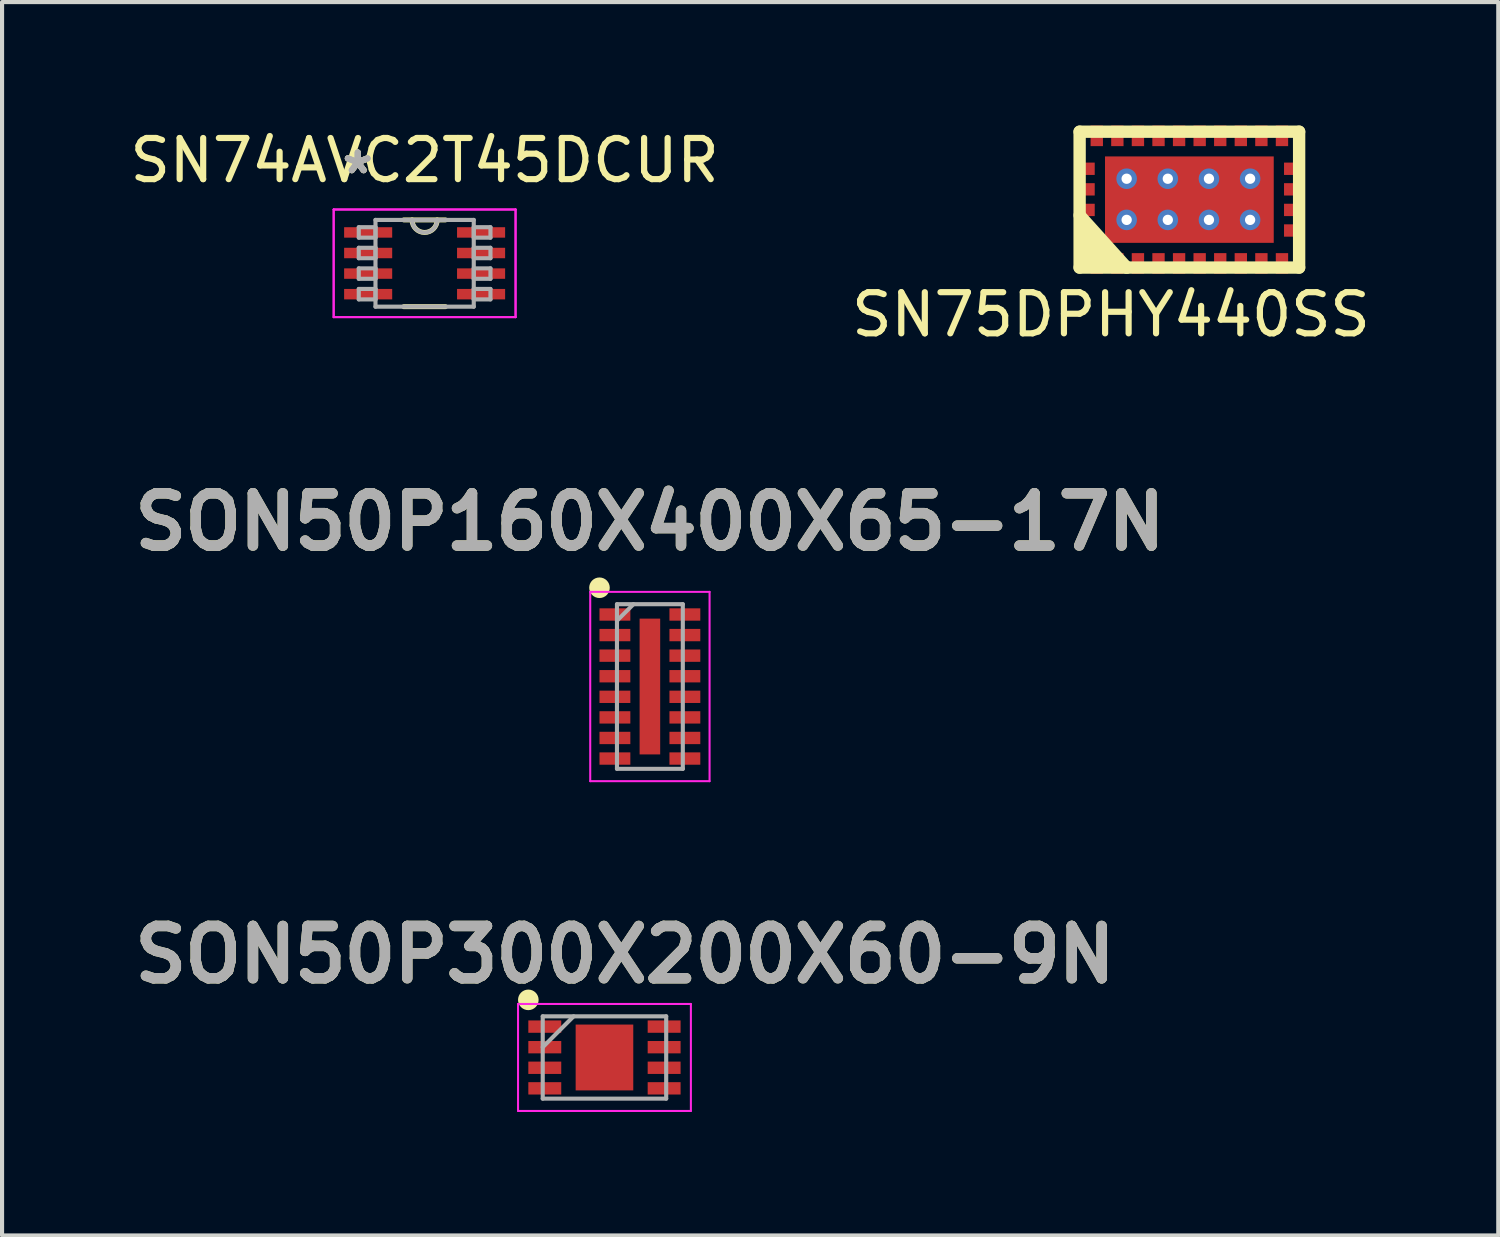
<source format=kicad_pcb>
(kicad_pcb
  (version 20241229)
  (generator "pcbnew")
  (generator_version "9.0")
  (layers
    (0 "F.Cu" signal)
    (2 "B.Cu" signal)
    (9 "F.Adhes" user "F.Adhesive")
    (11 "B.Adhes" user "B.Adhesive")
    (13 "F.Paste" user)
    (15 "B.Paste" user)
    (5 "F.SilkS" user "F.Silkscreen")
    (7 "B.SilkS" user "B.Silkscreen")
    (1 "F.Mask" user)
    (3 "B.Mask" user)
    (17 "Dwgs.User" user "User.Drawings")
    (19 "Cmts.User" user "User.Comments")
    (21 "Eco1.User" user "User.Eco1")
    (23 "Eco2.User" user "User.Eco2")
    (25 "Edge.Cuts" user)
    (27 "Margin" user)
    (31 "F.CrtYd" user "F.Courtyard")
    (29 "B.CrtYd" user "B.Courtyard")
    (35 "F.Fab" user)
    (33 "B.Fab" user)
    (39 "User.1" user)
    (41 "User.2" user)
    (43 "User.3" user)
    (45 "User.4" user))
  (footprint "SN74AVC2T45DCUR"
    (layer "F.Cu")
    (at 7.268 3.348)
    (property "Reference" "SN74AVC2T45DCUR" (at 0 -2.5 0) (layer "F.SilkS") (effects (font (size 1 1) (thickness 0.15))))
    (attr through_hole)
    (fp_line (start -0.506 1.054) (end 0.506 1.054) (stroke (width 0.12) (type solid)) (layer "F.SilkS"))
    (fp_line (start 0.506 -1.054) (end -0.506 -1.054) (stroke (width 0.12) (type solid)) (layer "F.SilkS"))
    (fp_arc (start 0.3048 -1.0541) (mid 0 -0.7493) (end -0.3048 -1.0541) (stroke (width 0.12) (type solid)) (layer "F.SilkS"))
    (fp_line (start -2.21 -1.308) (end 2.21 -1.308) (stroke (width 0.05) (type solid)) (layer "F.CrtYd"))
    (fp_line (start -2.21 -1.308) (end 2.21 -1.308) (stroke (width 0.05) (type solid)) (layer "F.CrtYd"))
    (fp_line (start -2.21 1.308) (end -2.21 -1.308) (stroke (width 0.05) (type solid)) (layer "F.CrtYd"))
    (fp_line (start -2.21 1.308) (end -2.21 -1.308) (stroke (width 0.05) (type solid)) (layer "F.CrtYd"))
    (fp_line (start 2.21 -1.308) (end 2.21 1.308) (stroke (width 0.05) (type solid)) (layer "F.CrtYd"))
    (fp_line (start 2.21 -1.308) (end 2.21 1.308) (stroke (width 0.05) (type solid)) (layer "F.CrtYd"))
    (fp_line (start 2.21 1.308) (end -2.21 1.308) (stroke (width 0.05) (type solid)) (layer "F.CrtYd"))
    (fp_line (start 2.21 1.308) (end -2.21 1.308) (stroke (width 0.05) (type solid)) (layer "F.CrtYd"))
    (fp_line (start -1.6 -0.877) (end -1.6 -0.623) (stroke (width 0.1) (type solid)) (layer "F.Fab"))
    (fp_line (start -1.6 -0.623) (end -1.194 -0.623) (stroke (width 0.1) (type solid)) (layer "F.Fab"))
    (fp_line (start -1.6 -0.377) (end -1.6 -0.123) (stroke (width 0.1) (type solid)) (layer "F.Fab"))
    (fp_line (start -1.6 -0.123) (end -1.194 -0.123) (stroke (width 0.1) (type solid)) (layer "F.Fab"))
    (fp_line (start -1.6 0.123) (end -1.6 0.377) (stroke (width 0.1) (type solid)) (layer "F.Fab"))
    (fp_line (start -1.6 0.377) (end -1.194 0.377) (stroke (width 0.1) (type solid)) (layer "F.Fab"))
    (fp_line (start -1.6 0.623) (end -1.6 0.877) (stroke (width 0.1) (type solid)) (layer "F.Fab"))
    (fp_line (start -1.6 0.877) (end -1.194 0.877) (stroke (width 0.1) (type solid)) (layer "F.Fab"))
    (fp_line (start -1.194 -1.054) (end -1.194 1.054) (stroke (width 0.1) (type solid)) (layer "F.Fab"))
    (fp_line (start -1.194 -0.877) (end -1.6 -0.877) (stroke (width 0.1) (type solid)) (layer "F.Fab"))
    (fp_line (start -1.194 -0.623) (end -1.194 -0.877) (stroke (width 0.1) (type solid)) (layer "F.Fab"))
    (fp_line (start -1.194 -0.377) (end -1.6 -0.377) (stroke (width 0.1) (type solid)) (layer "F.Fab"))
    (fp_line (start -1.194 -0.123) (end -1.194 -0.377) (stroke (width 0.1) (type solid)) (layer "F.Fab"))
    (fp_line (start -1.194 0.123) (end -1.6 0.123) (stroke (width 0.1) (type solid)) (layer "F.Fab"))
    (fp_line (start -1.194 0.377) (end -1.194 0.123) (stroke (width 0.1) (type solid)) (layer "F.Fab"))
    (fp_line (start -1.194 0.623) (end -1.6 0.623) (stroke (width 0.1) (type solid)) (layer "F.Fab"))
    (fp_line (start -1.194 0.877) (end -1.194 0.623) (stroke (width 0.1) (type solid)) (layer "F.Fab"))
    (fp_line (start -1.194 1.054) (end 1.194 1.054) (stroke (width 0.1) (type solid)) (layer "F.Fab"))
    (fp_line (start 1.194 -1.054) (end -1.194 -1.054) (stroke (width 0.1) (type solid)) (layer "F.Fab"))
    (fp_line (start 1.194 -0.877) (end 1.194 -0.623) (stroke (width 0.1) (type solid)) (layer "F.Fab"))
    (fp_line (start 1.194 -0.623) (end 1.6 -0.623) (stroke (width 0.1) (type solid)) (layer "F.Fab"))
    (fp_line (start 1.194 -0.377) (end 1.194 -0.123) (stroke (width 0.1) (type solid)) (layer "F.Fab"))
    (fp_line (start 1.194 -0.123) (end 1.6 -0.123) (stroke (width 0.1) (type solid)) (layer "F.Fab"))
    (fp_line (start 1.194 0.123) (end 1.194 0.377) (stroke (width 0.1) (type solid)) (layer "F.Fab"))
    (fp_line (start 1.194 0.377) (end 1.6 0.377) (stroke (width 0.1) (type solid)) (layer "F.Fab"))
    (fp_line (start 1.194 0.623) (end 1.194 0.877) (stroke (width 0.1) (type solid)) (layer "F.Fab"))
    (fp_line (start 1.194 0.877) (end 1.6 0.877) (stroke (width 0.1) (type solid)) (layer "F.Fab"))
    (fp_line (start 1.194 1.054) (end 1.194 -1.054) (stroke (width 0.1) (type solid)) (layer "F.Fab"))
    (fp_line (start 1.6 -0.877) (end 1.194 -0.877) (stroke (width 0.1) (type solid)) (layer "F.Fab"))
    (fp_line (start 1.6 -0.623) (end 1.6 -0.877) (stroke (width 0.1) (type solid)) (layer "F.Fab"))
    (fp_line (start 1.6 -0.377) (end 1.194 -0.377) (stroke (width 0.1) (type solid)) (layer "F.Fab"))
    (fp_line (start 1.6 -0.123) (end 1.6 -0.377) (stroke (width 0.1) (type solid)) (layer "F.Fab"))
    (fp_line (start 1.6 0.123) (end 1.194 0.123) (stroke (width 0.1) (type solid)) (layer "F.Fab"))
    (fp_line (start 1.6 0.377) (end 1.6 0.123) (stroke (width 0.1) (type solid)) (layer "F.Fab"))
    (fp_line (start 1.6 0.623) (end 1.194 0.623) (stroke (width 0.1) (type solid)) (layer "F.Fab"))
    (fp_line (start 1.6 0.877) (end 1.6 0.623) (stroke (width 0.1) (type solid)) (layer "F.Fab"))
    (fp_arc (start 0.3048 -1.0541) (mid 0 -0.7493) (end -0.3048 -1.0541) (stroke (width 0.1) (type solid)) (layer "F.Fab"))
    (fp_text user "*" (at -1.626 -2.147 0) (layer "F.SilkS") (effects (font (size 1 1) (thickness 0.15))))
    (fp_text user "*" (at -1.626 -2.147 0) (layer "F.SilkS") (effects (font (size 1 1) (thickness 0.15))))
    (fp_text user "*" (at -1.626 -2.147 0) (layer "F.Fab") (effects (font (size 1 1) (thickness 0.15))))
    (fp_text user "*" (at -1.626 -2.147 0) (layer "F.Fab") (effects (font (size 1 1) (thickness 0.15))))
    (pad "1" smd rect (at -1.372 -0.75) (size 1.168 0.254) (layers "F.Cu" "F.Mask" "F.Paste"))
    (pad "2" smd rect (at -1.372 -0.25) (size 1.168 0.254) (layers "F.Cu" "F.Mask" "F.Paste"))
    (pad "3" smd rect (at -1.372 0.25) (size 1.168 0.254) (layers "F.Cu" "F.Mask" "F.Paste"))
    (pad "4" smd rect (at -1.372 0.75) (size 1.168 0.254) (layers "F.Cu" "F.Mask" "F.Paste"))
    (pad "5" smd rect (at 1.372 0.75) (size 1.168 0.254) (layers "F.Cu" "F.Mask" "F.Paste"))
    (pad "6" smd rect (at 1.372 0.25) (size 1.168 0.254) (layers "F.Cu" "F.Mask" "F.Paste"))
    (pad "7" smd rect (at 1.372 -0.25) (size 1.168 0.254) (layers "F.Cu" "F.Mask" "F.Paste"))
    (pad "8" smd rect (at 1.372 -0.75) (size 1.168 0.254) (layers "F.Cu" "F.Mask" "F.Paste")))
  (footprint "SON50P300X200X60-9N"
    (layer "F.Cu")
    (at 11.638 22.646)
    (property "Reference" "SON50P300X200X60-9N" (at 0.5 -2.5 0) (layer "F.SilkS") (effects (font (size 1.27 1.27) (thickness 0.254))))
    (attr smd)
    (fp_circle (center -1.85 -1.4) (end -1.85 -1.275) (stroke (width 0.25) (type solid)) (fill no) (layer "F.SilkS"))
    (fp_line (start -2.1 -1.3) (end 2.1 -1.3) (stroke (width 0.05) (type solid)) (layer "F.CrtYd"))
    (fp_line (start -2.1 1.3) (end -2.1 -1.3) (stroke (width 0.05) (type solid)) (layer "F.CrtYd"))
    (fp_line (start 2.1 -1.3) (end 2.1 1.3) (stroke (width 0.05) (type solid)) (layer "F.CrtYd"))
    (fp_line (start 2.1 1.3) (end -2.1 1.3) (stroke (width 0.05) (type solid)) (layer "F.CrtYd"))
    (fp_line (start -1.5 -1) (end 1.5 -1) (stroke (width 0.1) (type solid)) (layer "F.Fab"))
    (fp_line (start -1.5 -0.25) (end -0.75 -1) (stroke (width 0.1) (type solid)) (layer "F.Fab"))
    (fp_line (start -1.5 1) (end -1.5 -1) (stroke (width 0.1) (type solid)) (layer "F.Fab"))
    (fp_line (start 1.5 -1) (end 1.5 1) (stroke (width 0.1) (type solid)) (layer "F.Fab"))
    (fp_line (start 1.5 1) (end -1.5 1) (stroke (width 0.1) (type solid)) (layer "F.Fab"))
    (fp_text user "${REFERENCE}" (at 0.5 -2.5 0) (layer "F.Fab") (effects (font (size 1.27 1.27) (thickness 0.254))))
    (pad "1" smd rect (at -1.45 -0.75 90) (size 0.3 0.8) (layers "F.Cu" "F.Mask" "F.Paste"))
    (pad "2" smd rect (at -1.45 -0.25 90) (size 0.3 0.8) (layers "F.Cu" "F.Mask" "F.Paste"))
    (pad "3" smd rect (at -1.45 0.25 90) (size 0.3 0.8) (layers "F.Cu" "F.Mask" "F.Paste"))
    (pad "4" smd rect (at -1.45 0.75 90) (size 0.3 0.8) (layers "F.Cu" "F.Mask" "F.Paste"))
    (pad "5" smd rect (at 1.45 0.75 90) (size 0.3 0.8) (layers "F.Cu" "F.Mask" "F.Paste"))
    (pad "6" smd rect (at 1.45 0.25 90) (size 0.3 0.8) (layers "F.Cu" "F.Mask" "F.Paste"))
    (pad "7" smd rect (at 1.45 -0.25 90) (size 0.3 0.8) (layers "F.Cu" "F.Mask" "F.Paste"))
    (pad "8" smd rect (at 1.45 -0.75 90) (size 0.3 0.8) (layers "F.Cu" "F.Mask" "F.Paste"))
    (pad "9" smd rect (at 0 0) (size 1.4 1.6) (layers "F.Cu" "F.Mask" "F.Paste")))
  (footprint "SN75DPHY440SS"
    (layer "F.Cu")
    (at 25.851 1.801)
    (property "Reference" "SN75DPHY440SS" (at -1.905 2.794 0) (layer "F.SilkS") (effects (font (size 1 1) (thickness 0.15))))
    (attr through_hole)
    (fp_line (start -2.667 -1.651) (end 2.667 -1.651) (stroke (width 0.3) (type solid)) (layer "F.SilkS"))
    (fp_line (start -2.667 0.381) (end -1.524 1.651) (stroke (width 0.3) (type solid)) (layer "F.SilkS"))
    (fp_line (start -2.667 1.651) (end -2.667 -1.651) (stroke (width 0.3) (type solid)) (layer "F.SilkS"))
    (fp_line (start -2.54 0.762) (end -2.032 1.524) (stroke (width 0.3) (type solid)) (layer "F.SilkS"))
    (fp_line (start -2.54 1.143) (end -2.413 1.524) (stroke (width 0.3) (type solid)) (layer "F.SilkS"))
    (fp_line (start -2.032 1.524) (end -2.54 1.143) (stroke (width 0.3) (type solid)) (layer "F.SilkS"))
    (fp_line (start -1.524 1.651) (end -2.54 0.762) (stroke (width 0.3) (type solid)) (layer "F.SilkS"))
    (fp_line (start 2.667 -1.651) (end 2.667 1.651) (stroke (width 0.3) (type solid)) (layer "F.SilkS"))
    (fp_line (start 2.667 1.651) (end -2.667 1.651) (stroke (width 0.3) (type solid)) (layer "F.SilkS"))
    (pad "1" smd rect (at -2.25 1.55) (size 0.3 0.5) (layers "F.Cu" "F.Mask" "F.Paste"))
    (pad "2" smd rect (at -1.75 1.55) (size 0.3 0.5) (layers "F.Cu" "F.Mask" "F.Paste"))
    (pad "3" smd rect (at -1.25 1.55) (size 0.3 0.5) (layers "F.Cu" "F.Mask" "F.Paste"))
    (pad "4" smd rect (at -0.75 1.55) (size 0.3 0.5) (layers "F.Cu" "F.Mask" "F.Paste"))
    (pad "5" smd rect (at -0.25 1.55) (size 0.3 0.5) (layers "F.Cu" "F.Mask" "F.Paste"))
    (pad "6" smd rect (at 0.25 1.55) (size 0.3 0.5) (layers "F.Cu" "F.Mask" "F.Paste"))
    (pad "7" smd rect (at 0.75 1.55) (size 0.3 0.5) (layers "F.Cu" "F.Mask" "F.Paste"))
    (pad "8" smd rect (at 1.25 1.55) (size 0.3 0.5) (layers "F.Cu" "F.Mask" "F.Paste"))
    (pad "9" smd rect (at 1.75 1.55) (size 0.3 0.5) (layers "F.Cu" "F.Mask" "F.Paste"))
    (pad "10" smd rect (at 2.25 1.55) (size 0.3 0.5) (layers "F.Cu" "F.Mask" "F.Paste"))
    (pad "11" smd rect (at 2.55 0.75) (size 0.5 0.3) (layers "F.Cu" "F.Mask" "F.Paste"))
    (pad "12" smd rect (at 2.55 0.25) (size 0.5 0.3) (layers "F.Cu" "F.Mask" "F.Paste"))
    (pad "13" smd rect (at 2.55 -0.25) (size 0.5 0.3) (layers "F.Cu" "F.Mask" "F.Paste"))
    (pad "14" smd rect (at 2.55 -0.75) (size 0.5 0.3) (layers "F.Cu" "F.Mask" "F.Paste"))
    (pad "15" smd rect (at 2.25 -1.55) (size 0.3 0.5) (layers "F.Cu" "F.Mask" "F.Paste"))
    (pad "16" smd rect (at 1.75 -1.55) (size 0.3 0.5) (layers "F.Cu" "F.Mask" "F.Paste"))
    (pad "17" smd rect (at 1.25 -1.55) (size 0.3 0.5) (layers "F.Cu" "F.Mask" "F.Paste"))
    (pad "18" smd rect (at 0.75 -1.55) (size 0.3 0.5) (layers "F.Cu" "F.Mask" "F.Paste"))
    (pad "19" smd rect (at 0.25 -1.55) (size 0.3 0.5) (layers "F.Cu" "F.Mask" "F.Paste"))
    (pad "20" smd rect (at -0.25 -1.55) (size 0.3 0.5) (layers "F.Cu" "F.Mask" "F.Paste"))
    (pad "21" smd rect (at -0.75 -1.55) (size 0.3 0.5) (layers "F.Cu" "F.Mask" "F.Paste"))
    (pad "22" smd rect (at -1.25 -1.55) (size 0.3 0.5) (layers "F.Cu" "F.Mask" "F.Paste"))
    (pad "23" smd rect (at -1.75 -1.55) (size 0.3 0.5) (layers "F.Cu" "F.Mask" "F.Paste"))
    (pad "24" smd rect (at -2.25 -1.55) (size 0.3 0.5) (layers "F.Cu" "F.Mask" "F.Paste"))
    (pad "25" smd rect (at -2.55 -0.75) (size 0.5 0.3) (layers "F.Cu" "F.Mask" "F.Paste"))
    (pad "26" smd rect (at -2.55 -0.25) (size 0.5 0.3) (layers "F.Cu" "F.Mask" "F.Paste"))
    (pad "27" smd rect (at -2.55 0.25) (size 0.5 0.3) (layers "F.Cu" "F.Mask" "F.Paste"))
    (pad "28" smd rect (at -2.55 0.75) (size 0.5 0.3) (layers "F.Cu" "F.Mask" "F.Paste"))
    (pad "29" smd rect (at 0 0) (size 4.1 2.1) (layers "F.Cu" "F.Mask" "F.Paste"))
    (pad "GVIA" thru_hole circle (at -1.524 -0.508) (size 0.5 0.5) (drill 0.25) (layers "*.Cu" "*.Mask"))
    (pad "GVIA" thru_hole circle (at -1.524 0.492) (size 0.5 0.5) (drill 0.25) (layers "*.Cu" "*.Mask"))
    (pad "GVIA" thru_hole circle (at -0.524 -0.508) (size 0.5 0.5) (drill 0.25) (layers "*.Cu" "*.Mask"))
    (pad "GVIA" thru_hole circle (at -0.524 0.492) (size 0.5 0.5) (drill 0.25) (layers "*.Cu" "*.Mask"))
    (pad "GVIA" thru_hole circle (at 0.476 -0.508) (size 0.5 0.5) (drill 0.25) (layers "*.Cu" "*.Mask"))
    (pad "GVIA" thru_hole circle (at 0.476 0.492) (size 0.5 0.5) (drill 0.25) (layers "*.Cu" "*.Mask"))
    (pad "GVIA" thru_hole circle (at 1.476 -0.508) (size 0.5 0.5) (drill 0.25) (layers "*.Cu" "*.Mask"))
    (pad "GVIA" thru_hole circle (at 1.476 0.492) (size 0.5 0.5) (drill 0.25) (layers "*.Cu" "*.Mask")))
  (footprint "SON50P160X400X65-17N"
    (layer "F.Cu")
    (at 12.742 13.632)
    (property "Reference" "SON50P160X400X65-17N" (at 0 -4 0) (layer "F.SilkS") (effects (font (size 1.27 1.27) (thickness 0.254))))
    (attr smd)
    (fp_circle (center -1.225 -2.4) (end -1.225 -2.275) (stroke (width 0.25) (type solid)) (fill no) (layer "F.SilkS"))
    (fp_line (start -1.45 -2.3) (end 1.45 -2.3) (stroke (width 0.05) (type solid)) (layer "F.CrtYd"))
    (fp_line (start -1.45 2.3) (end -1.45 -2.3) (stroke (width 0.05) (type solid)) (layer "F.CrtYd"))
    (fp_line (start 1.45 -2.3) (end 1.45 2.3) (stroke (width 0.05) (type solid)) (layer "F.CrtYd"))
    (fp_line (start 1.45 2.3) (end -1.45 2.3) (stroke (width 0.05) (type solid)) (layer "F.CrtYd"))
    (fp_line (start -0.8 -2) (end 0.8 -2) (stroke (width 0.1) (type solid)) (layer "F.Fab"))
    (fp_line (start -0.8 -1.6) (end -0.4 -2) (stroke (width 0.1) (type solid)) (layer "F.Fab"))
    (fp_line (start -0.8 2) (end -0.8 -2) (stroke (width 0.1) (type solid)) (layer "F.Fab"))
    (fp_line (start 0.8 -2) (end 0.8 2) (stroke (width 0.1) (type solid)) (layer "F.Fab"))
    (fp_line (start 0.8 2) (end -0.8 2) (stroke (width 0.1) (type solid)) (layer "F.Fab"))
    (fp_text user "${REFERENCE}" (at 0 -4 0) (layer "F.Fab") (effects (font (size 1.27 1.27) (thickness 0.254))))
    (pad "1" smd rect (at -0.85 -1.75 90) (size 0.3 0.75) (layers "F.Cu" "F.Mask" "F.Paste"))
    (pad "2" smd rect (at -0.85 -1.25 90) (size 0.3 0.75) (layers "F.Cu" "F.Mask" "F.Paste"))
    (pad "3" smd rect (at -0.85 -0.75 90) (size 0.3 0.75) (layers "F.Cu" "F.Mask" "F.Paste"))
    (pad "4" smd rect (at -0.85 -0.25 90) (size 0.3 0.75) (layers "F.Cu" "F.Mask" "F.Paste"))
    (pad "5" smd rect (at -0.85 0.25 90) (size 0.3 0.75) (layers "F.Cu" "F.Mask" "F.Paste"))
    (pad "6" smd rect (at -0.85 0.75 90) (size 0.3 0.75) (layers "F.Cu" "F.Mask" "F.Paste"))
    (pad "7" smd rect (at -0.85 1.25 90) (size 0.3 0.75) (layers "F.Cu" "F.Mask" "F.Paste"))
    (pad "8" smd rect (at -0.85 1.75 90) (size 0.3 0.75) (layers "F.Cu" "F.Mask" "F.Paste"))
    (pad "9" smd rect (at 0.85 1.75 90) (size 0.3 0.75) (layers "F.Cu" "F.Mask" "F.Paste"))
    (pad "10" smd rect (at 0.85 1.25 90) (size 0.3 0.75) (layers "F.Cu" "F.Mask" "F.Paste"))
    (pad "11" smd rect (at 0.85 0.75 90) (size 0.3 0.75) (layers "F.Cu" "F.Mask" "F.Paste"))
    (pad "12" smd rect (at 0.85 0.25 90) (size 0.3 0.75) (layers "F.Cu" "F.Mask" "F.Paste"))
    (pad "13" smd rect (at 0.85 -0.25 90) (size 0.3 0.75) (layers "F.Cu" "F.Mask" "F.Paste"))
    (pad "14" smd rect (at 0.85 -0.75 90) (size 0.3 0.75) (layers "F.Cu" "F.Mask" "F.Paste"))
    (pad "15" smd rect (at 0.85 -1.25 90) (size 0.3 0.75) (layers "F.Cu" "F.Mask" "F.Paste"))
    (pad "16" smd rect (at 0.85 -1.75 90) (size 0.3 0.75) (layers "F.Cu" "F.Mask" "F.Paste"))
    (pad "17" smd rect (at 0 0) (size 0.5 3.3) (layers "F.Cu" "F.Mask" "F.Paste")))
  (gr_rect
    (start -3 -3)
    (end 33.357 26.971)
    (stroke (width 0.1) (type default))
    (fill no)
    (layer "Edge.Cuts")))
</source>
